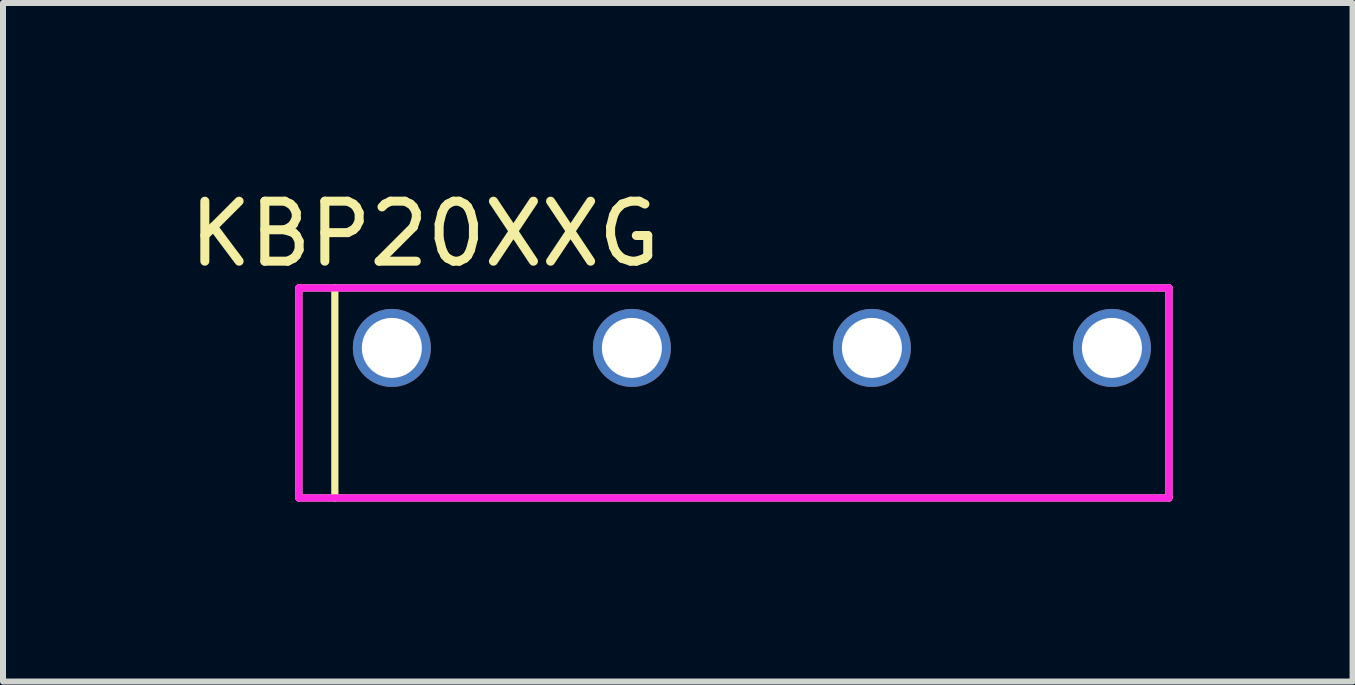
<source format=kicad_pcb>
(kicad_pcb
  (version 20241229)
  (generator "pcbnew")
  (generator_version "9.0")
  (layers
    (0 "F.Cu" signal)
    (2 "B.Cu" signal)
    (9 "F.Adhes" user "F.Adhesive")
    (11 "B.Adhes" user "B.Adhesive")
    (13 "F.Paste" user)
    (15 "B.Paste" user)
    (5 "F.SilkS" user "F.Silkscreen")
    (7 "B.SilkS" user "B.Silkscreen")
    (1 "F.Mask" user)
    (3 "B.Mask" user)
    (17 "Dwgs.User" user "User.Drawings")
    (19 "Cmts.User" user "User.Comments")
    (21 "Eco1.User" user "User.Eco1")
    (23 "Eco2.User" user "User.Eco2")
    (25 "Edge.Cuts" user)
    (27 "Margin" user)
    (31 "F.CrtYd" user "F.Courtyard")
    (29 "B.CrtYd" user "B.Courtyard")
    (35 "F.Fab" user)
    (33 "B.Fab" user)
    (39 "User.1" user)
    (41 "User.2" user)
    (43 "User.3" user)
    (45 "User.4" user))
  (footprint "KBP20XXG"
    (layer "F.Cu")
    (at 1.93 2.748)
    (property "Reference" "KBP20XXG" (at 2.1 -1.9 0) (layer "F.SilkS") (effects (font (size 1 1) (thickness 0.15))))
    (attr through_hole)
    (fp_line (start 0 -1) (end 0 2.5) (stroke (width 0.12) (type solid)) (layer "F.SilkS"))
    (fp_line (start 0 2.5) (end 14.5 2.5) (stroke (width 0.12) (type solid)) (layer "F.SilkS"))
    (fp_line (start 0.6 2.5) (end 0.6 -1) (stroke (width 0.12) (type solid)) (layer "F.SilkS"))
    (fp_line (start 14.5 -1) (end 0 -1) (stroke (width 0.12) (type solid)) (layer "F.SilkS"))
    (fp_line (start 14.5 2.5) (end 14.5 -1) (stroke (width 0.12) (type solid)) (layer "F.SilkS"))
    (fp_line (start 0 -1) (end 0 2.5) (stroke (width 0.12) (type solid)) (layer "F.CrtYd"))
    (fp_line (start 0 2.5) (end 14.5 2.5) (stroke (width 0.12) (type solid)) (layer "F.CrtYd"))
    (fp_line (start 14.5 -1) (end 0 -1) (stroke (width 0.12) (type solid)) (layer "F.CrtYd"))
    (fp_line (start 14.5 2.5) (end 14.5 -1) (stroke (width 0.12) (type solid)) (layer "F.CrtYd"))
    (pad "1" thru_hole circle (at 1.55 0) (size 1.3 1.3) (drill 1) (layers "*.Cu" "*.Mask"))
    (pad "2" thru_hole circle (at 5.55 0) (size 1.3 1.3) (drill 1) (layers "*.Cu" "*.Mask"))
    (pad "3" thru_hole circle (at 9.55 0) (size 1.3 1.3) (drill 1) (layers "*.Cu" "*.Mask"))
    (pad "4" thru_hole circle (at 13.55 0) (size 1.3 1.3) (drill 1) (layers "*.Cu" "*.Mask")))
  (gr_rect
    (start -3 -3)
    (end 19.49 8.308)
    (stroke (width 0.1) (type default))
    (fill no)
    (layer "Edge.Cuts")))
</source>
